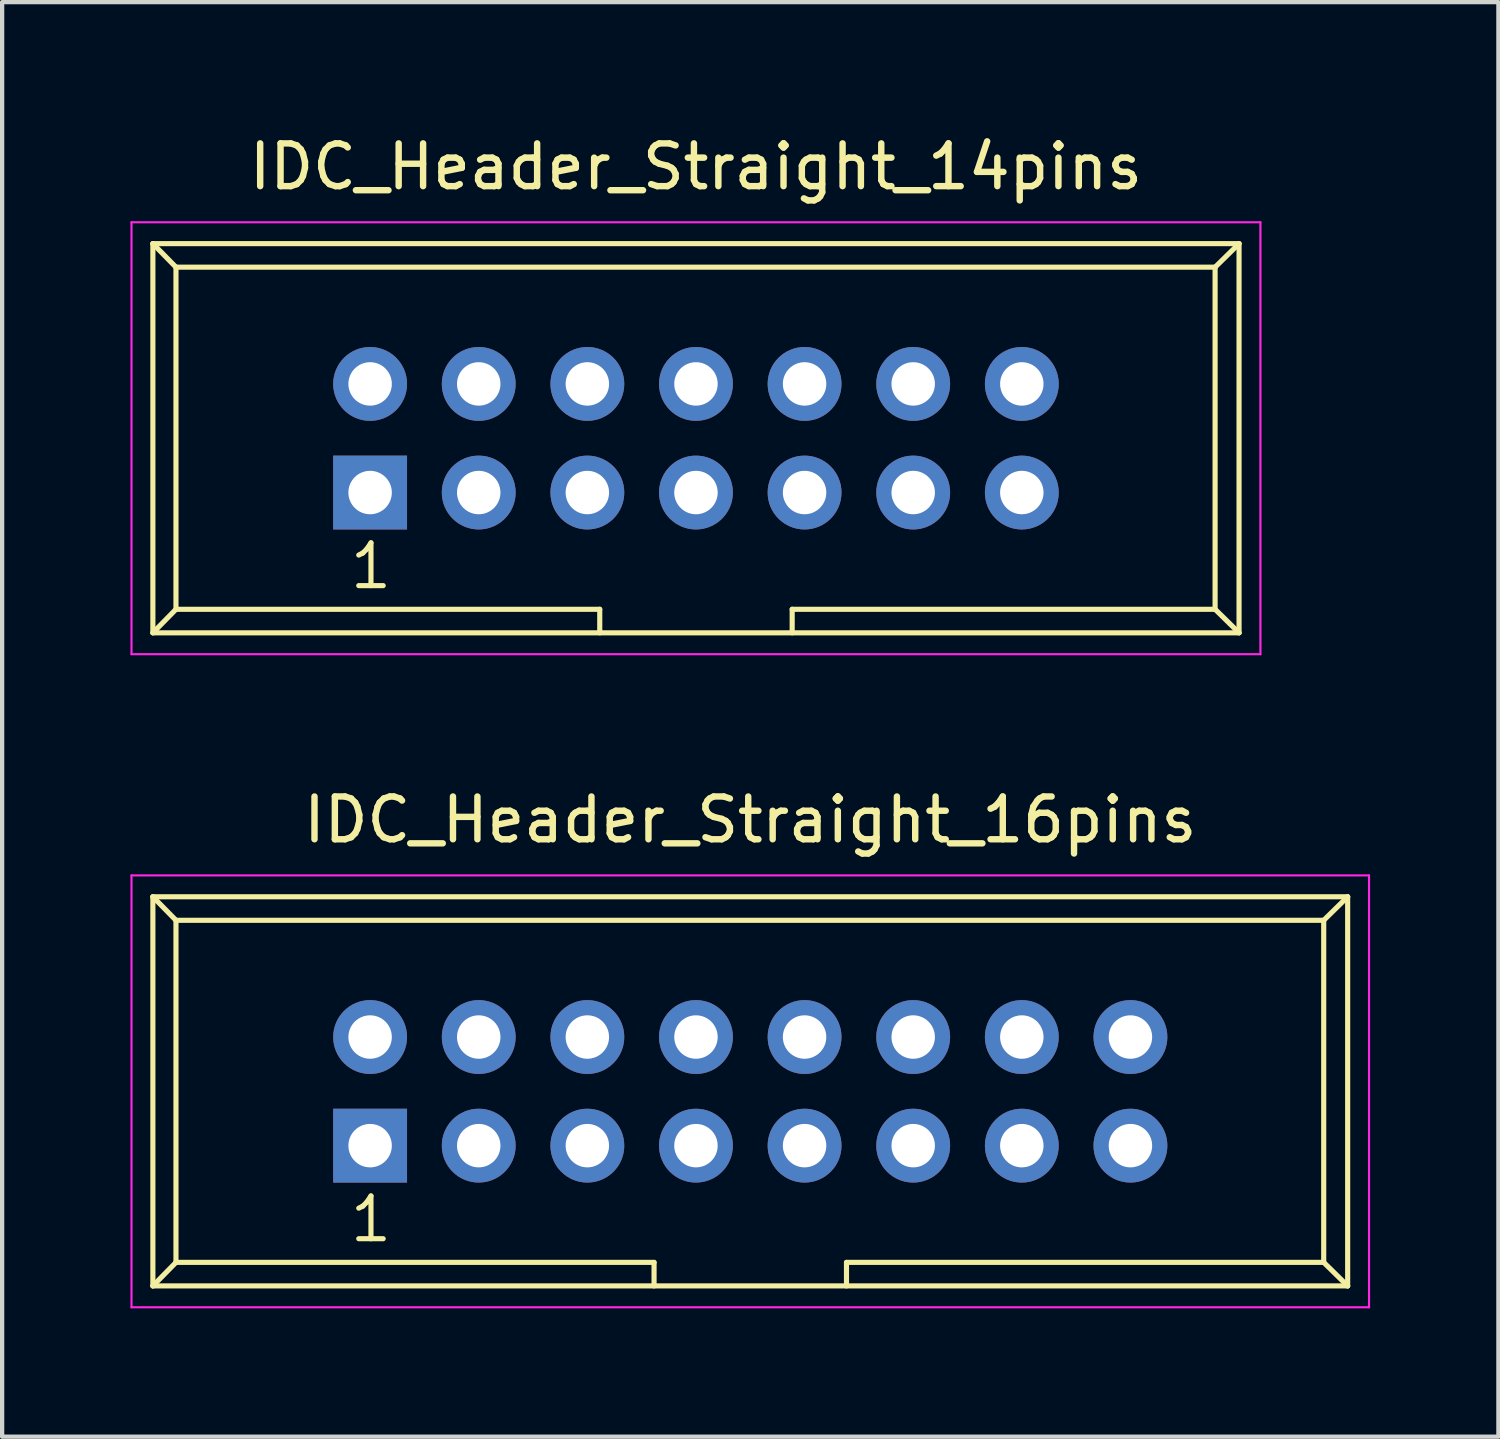
<source format=kicad_pcb>
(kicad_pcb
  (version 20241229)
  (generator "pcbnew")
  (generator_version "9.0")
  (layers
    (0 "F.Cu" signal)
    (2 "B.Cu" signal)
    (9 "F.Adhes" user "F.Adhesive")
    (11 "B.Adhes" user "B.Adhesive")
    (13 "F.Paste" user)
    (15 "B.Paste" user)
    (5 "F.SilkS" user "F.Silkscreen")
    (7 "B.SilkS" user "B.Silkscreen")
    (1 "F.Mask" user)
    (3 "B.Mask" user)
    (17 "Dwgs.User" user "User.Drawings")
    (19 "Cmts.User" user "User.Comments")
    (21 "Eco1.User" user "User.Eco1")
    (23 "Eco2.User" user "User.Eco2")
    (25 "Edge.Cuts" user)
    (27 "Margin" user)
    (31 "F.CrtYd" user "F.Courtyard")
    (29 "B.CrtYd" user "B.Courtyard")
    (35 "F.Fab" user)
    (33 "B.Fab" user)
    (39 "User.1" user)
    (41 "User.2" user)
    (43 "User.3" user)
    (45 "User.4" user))
  (footprint "IDC_Header_Straight_14pins"
    (layer "F.Cu")
    (at 5.605 8.468)
    (property "Reference" "IDC_Header_Straight_14pins" (at 7.62 -7.62 0) (layer "F.SilkS") (effects (font (size 1 1) (thickness 0.15))))
    (attr through_hole)
    (fp_line (start -5.08 -5.82) (end -5.08 3.28) (stroke (width 0.12) (type solid)) (layer "F.SilkS"))
    (fp_line (start -5.08 -5.82) (end -4.54 -5.27) (stroke (width 0.12) (type solid)) (layer "F.SilkS"))
    (fp_line (start -5.08 -5.82) (end 20.32 -5.82) (stroke (width 0.12) (type solid)) (layer "F.SilkS"))
    (fp_line (start -5.08 3.28) (end -4.54 2.73) (stroke (width 0.12) (type solid)) (layer "F.SilkS"))
    (fp_line (start -5.08 3.28) (end 20.32 3.28) (stroke (width 0.12) (type solid)) (layer "F.SilkS"))
    (fp_line (start -4.54 -5.27) (end -4.54 2.73) (stroke (width 0.12) (type solid)) (layer "F.SilkS"))
    (fp_line (start -4.54 -5.27) (end 19.76 -5.27) (stroke (width 0.12) (type solid)) (layer "F.SilkS"))
    (fp_line (start -4.54 2.73) (end 5.37 2.73) (stroke (width 0.12) (type solid)) (layer "F.SilkS"))
    (fp_line (start 5.37 2.73) (end 5.37 3.28) (stroke (width 0.12) (type solid)) (layer "F.SilkS"))
    (fp_line (start 9.87 2.73) (end 9.87 3.28) (stroke (width 0.12) (type solid)) (layer "F.SilkS"))
    (fp_line (start 9.87 2.73) (end 19.76 2.73) (stroke (width 0.12) (type solid)) (layer "F.SilkS"))
    (fp_line (start 19.76 -5.27) (end 19.76 2.73) (stroke (width 0.12) (type solid)) (layer "F.SilkS"))
    (fp_line (start 20.32 -5.82) (end 19.76 -5.27) (stroke (width 0.12) (type solid)) (layer "F.SilkS"))
    (fp_line (start 20.32 -5.82) (end 20.32 3.28) (stroke (width 0.12) (type solid)) (layer "F.SilkS"))
    (fp_line (start 20.32 3.28) (end 19.76 2.73) (stroke (width 0.12) (type solid)) (layer "F.SilkS"))
    (fp_line (start -5.58 -6.32) (end 20.82 -6.32) (stroke (width 0.05) (type solid)) (layer "F.CrtYd"))
    (fp_line (start -5.58 3.78) (end -5.58 -6.32) (stroke (width 0.05) (type solid)) (layer "F.CrtYd"))
    (fp_line (start 20.82 -6.32) (end 20.82 3.78) (stroke (width 0.05) (type solid)) (layer "F.CrtYd"))
    (fp_line (start 20.82 3.78) (end -5.58 3.78) (stroke (width 0.05) (type solid)) (layer "F.CrtYd"))
    (fp_text user "1" (at 0.02 1.72 0) (layer "F.SilkS") (effects (font (size 1 1) (thickness 0.12))))
    (pad "1" thru_hole rect (at 0 0) (size 1.727 1.727) (drill 1.016) (layers "*.Cu" "*.Mask"))
    (pad "2" thru_hole oval (at 0 -2.54) (size 1.727 1.727) (drill 1.016) (layers "*.Cu" "*.Mask"))
    (pad "3" thru_hole oval (at 2.54 0) (size 1.727 1.727) (drill 1.016) (layers "*.Cu" "*.Mask"))
    (pad "4" thru_hole oval (at 2.54 -2.54) (size 1.727 1.727) (drill 1.016) (layers "*.Cu" "*.Mask"))
    (pad "5" thru_hole oval (at 5.08 0) (size 1.727 1.727) (drill 1.016) (layers "*.Cu" "*.Mask"))
    (pad "6" thru_hole oval (at 5.08 -2.54) (size 1.727 1.727) (drill 1.016) (layers "*.Cu" "*.Mask"))
    (pad "7" thru_hole oval (at 7.62 0) (size 1.727 1.727) (drill 1.016) (layers "*.Cu" "*.Mask"))
    (pad "8" thru_hole oval (at 7.62 -2.54) (size 1.727 1.727) (drill 1.016) (layers "*.Cu" "*.Mask"))
    (pad "9" thru_hole oval (at 10.16 0) (size 1.727 1.727) (drill 1.016) (layers "*.Cu" "*.Mask"))
    (pad "10" thru_hole oval (at 10.16 -2.54) (size 1.727 1.727) (drill 1.016) (layers "*.Cu" "*.Mask"))
    (pad "11" thru_hole oval (at 12.7 0) (size 1.727 1.727) (drill 1.016) (layers "*.Cu" "*.Mask"))
    (pad "12" thru_hole oval (at 12.7 -2.54) (size 1.727 1.727) (drill 1.016) (layers "*.Cu" "*.Mask"))
    (pad "13" thru_hole oval (at 15.24 0) (size 1.727 1.727) (drill 1.016) (layers "*.Cu" "*.Mask"))
    (pad "14" thru_hole oval (at 15.24 -2.54) (size 1.727 1.727) (drill 1.016) (layers "*.Cu" "*.Mask")))
  (footprint "IDC_Header_Straight_16pins"
    (layer "F.Cu")
    (at 5.605 23.741)
    (property "Reference" "IDC_Header_Straight_16pins" (at 8.89 -7.62 0) (layer "F.SilkS") (effects (font (size 1 1) (thickness 0.15))))
    (attr through_hole)
    (fp_line (start -5.08 -5.82) (end -5.08 3.28) (stroke (width 0.12) (type solid)) (layer "F.SilkS"))
    (fp_line (start -5.08 -5.82) (end -4.54 -5.27) (stroke (width 0.12) (type solid)) (layer "F.SilkS"))
    (fp_line (start -5.08 -5.82) (end 22.86 -5.82) (stroke (width 0.12) (type solid)) (layer "F.SilkS"))
    (fp_line (start -5.08 3.28) (end -4.54 2.73) (stroke (width 0.12) (type solid)) (layer "F.SilkS"))
    (fp_line (start -5.08 3.28) (end 22.86 3.28) (stroke (width 0.12) (type solid)) (layer "F.SilkS"))
    (fp_line (start -4.54 -5.27) (end -4.54 2.73) (stroke (width 0.12) (type solid)) (layer "F.SilkS"))
    (fp_line (start -4.54 -5.27) (end 22.3 -5.27) (stroke (width 0.12) (type solid)) (layer "F.SilkS"))
    (fp_line (start -4.54 2.73) (end 6.64 2.73) (stroke (width 0.12) (type solid)) (layer "F.SilkS"))
    (fp_line (start 6.64 2.73) (end 6.64 3.28) (stroke (width 0.12) (type solid)) (layer "F.SilkS"))
    (fp_line (start 11.14 2.73) (end 11.14 3.28) (stroke (width 0.12) (type solid)) (layer "F.SilkS"))
    (fp_line (start 11.14 2.73) (end 22.3 2.73) (stroke (width 0.12) (type solid)) (layer "F.SilkS"))
    (fp_line (start 22.3 -5.27) (end 22.3 2.73) (stroke (width 0.12) (type solid)) (layer "F.SilkS"))
    (fp_line (start 22.86 -5.82) (end 22.3 -5.27) (stroke (width 0.12) (type solid)) (layer "F.SilkS"))
    (fp_line (start 22.86 -5.82) (end 22.86 3.28) (stroke (width 0.12) (type solid)) (layer "F.SilkS"))
    (fp_line (start 22.86 3.28) (end 22.3 2.73) (stroke (width 0.12) (type solid)) (layer "F.SilkS"))
    (fp_line (start -5.58 -6.32) (end 23.36 -6.32) (stroke (width 0.05) (type solid)) (layer "F.CrtYd"))
    (fp_line (start -5.58 3.78) (end -5.58 -6.32) (stroke (width 0.05) (type solid)) (layer "F.CrtYd"))
    (fp_line (start 23.36 -6.32) (end 23.36 3.78) (stroke (width 0.05) (type solid)) (layer "F.CrtYd"))
    (fp_line (start 23.36 3.78) (end -5.58 3.78) (stroke (width 0.05) (type solid)) (layer "F.CrtYd"))
    (fp_text user "1" (at 0.02 1.72 0) (layer "F.SilkS") (effects (font (size 1 1) (thickness 0.12))))
    (pad "1" thru_hole rect (at 0 0) (size 1.727 1.727) (drill 1.016) (layers "*.Cu" "*.Mask"))
    (pad "2" thru_hole oval (at 0 -2.54) (size 1.727 1.727) (drill 1.016) (layers "*.Cu" "*.Mask"))
    (pad "3" thru_hole oval (at 2.54 0) (size 1.727 1.727) (drill 1.016) (layers "*.Cu" "*.Mask"))
    (pad "4" thru_hole oval (at 2.54 -2.54) (size 1.727 1.727) (drill 1.016) (layers "*.Cu" "*.Mask"))
    (pad "5" thru_hole oval (at 5.08 0) (size 1.727 1.727) (drill 1.016) (layers "*.Cu" "*.Mask"))
    (pad "6" thru_hole oval (at 5.08 -2.54) (size 1.727 1.727) (drill 1.016) (layers "*.Cu" "*.Mask"))
    (pad "7" thru_hole oval (at 7.62 0) (size 1.727 1.727) (drill 1.016) (layers "*.Cu" "*.Mask"))
    (pad "8" thru_hole oval (at 7.62 -2.54) (size 1.727 1.727) (drill 1.016) (layers "*.Cu" "*.Mask"))
    (pad "9" thru_hole oval (at 10.16 0) (size 1.727 1.727) (drill 1.016) (layers "*.Cu" "*.Mask"))
    (pad "10" thru_hole oval (at 10.16 -2.54) (size 1.727 1.727) (drill 1.016) (layers "*.Cu" "*.Mask"))
    (pad "11" thru_hole oval (at 12.7 0) (size 1.727 1.727) (drill 1.016) (layers "*.Cu" "*.Mask"))
    (pad "12" thru_hole oval (at 12.7 -2.54) (size 1.727 1.727) (drill 1.016) (layers "*.Cu" "*.Mask"))
    (pad "13" thru_hole oval (at 15.24 0) (size 1.727 1.727) (drill 1.016) (layers "*.Cu" "*.Mask"))
    (pad "14" thru_hole oval (at 15.24 -2.54) (size 1.727 1.727) (drill 1.016) (layers "*.Cu" "*.Mask"))
    (pad "15" thru_hole oval (at 17.78 0) (size 1.727 1.727) (drill 1.016) (layers "*.Cu" "*.Mask"))
    (pad "16" thru_hole oval (at 17.78 -2.54) (size 1.727 1.727) (drill 1.016) (layers "*.Cu" "*.Mask")))
  (gr_rect
    (start -3 -3)
    (end 31.99 30.547)
    (stroke (width 0.1) (type default))
    (fill no)
    (layer "Edge.Cuts")))
</source>
